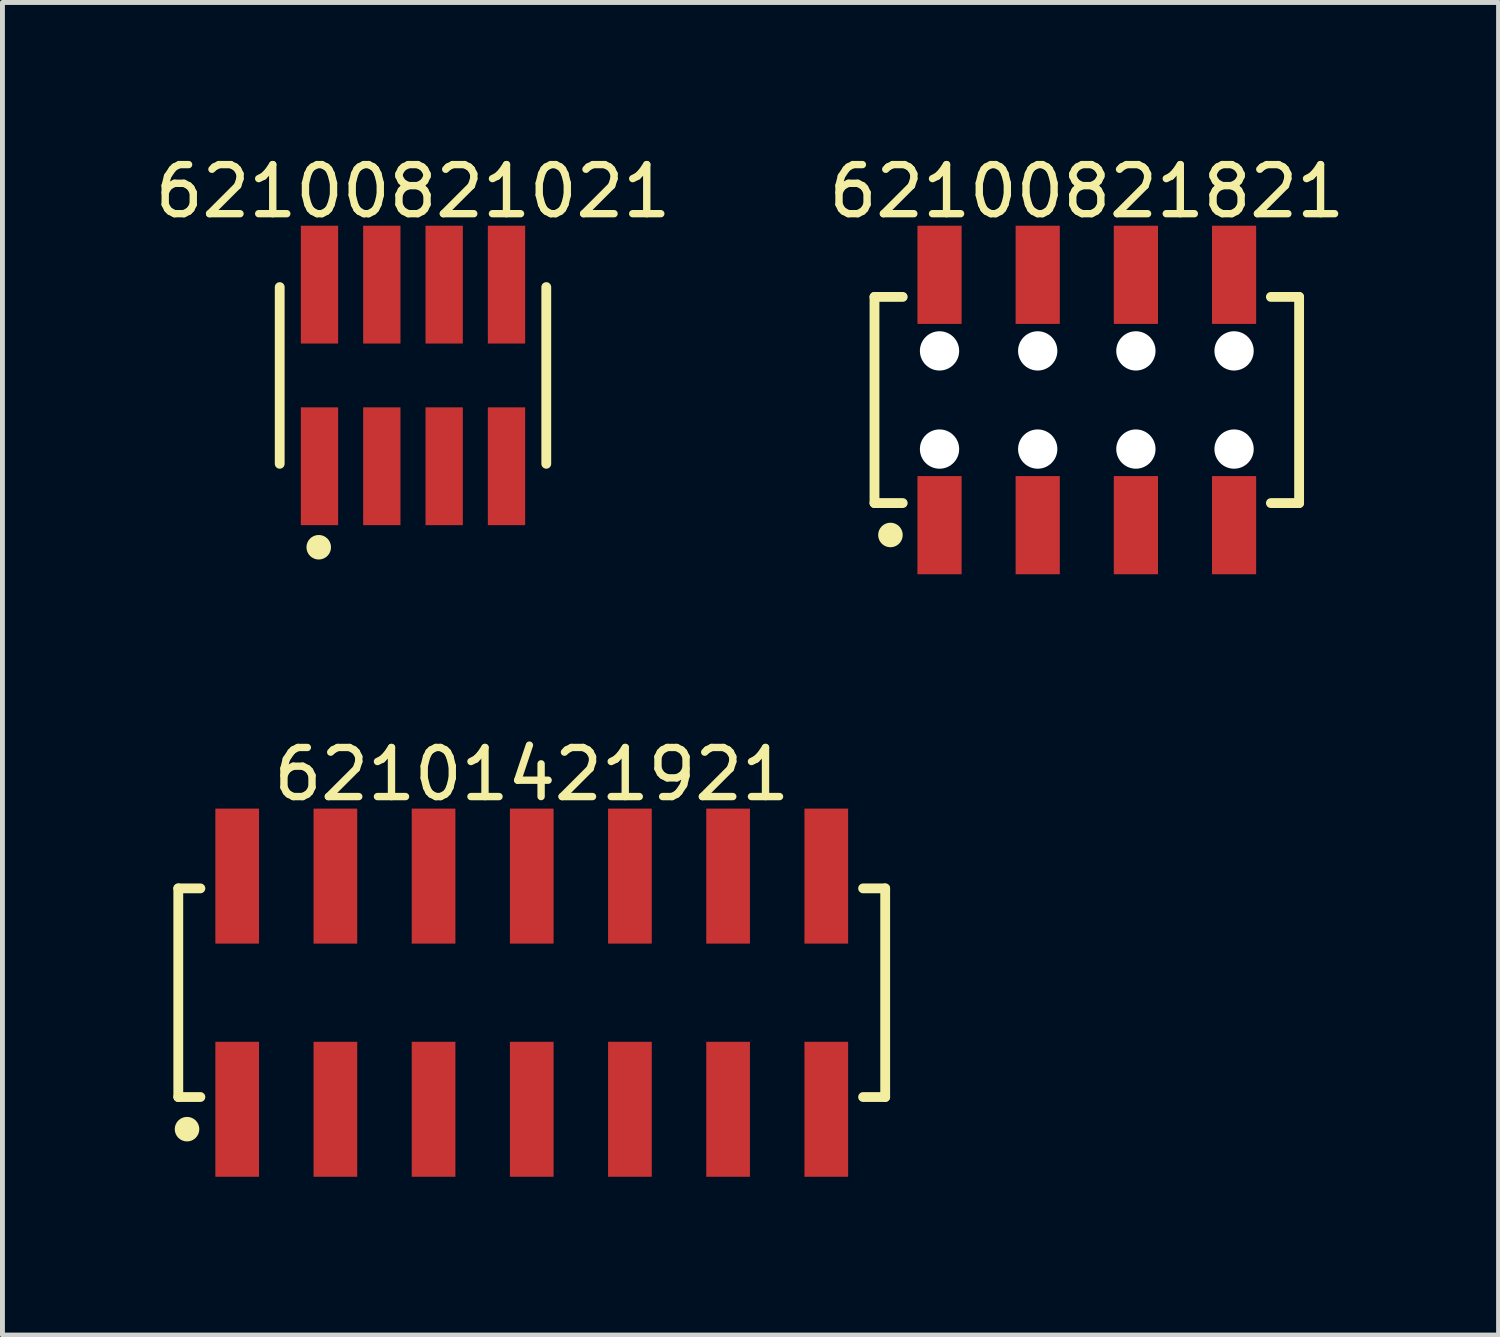
<source format=kicad_pcb>
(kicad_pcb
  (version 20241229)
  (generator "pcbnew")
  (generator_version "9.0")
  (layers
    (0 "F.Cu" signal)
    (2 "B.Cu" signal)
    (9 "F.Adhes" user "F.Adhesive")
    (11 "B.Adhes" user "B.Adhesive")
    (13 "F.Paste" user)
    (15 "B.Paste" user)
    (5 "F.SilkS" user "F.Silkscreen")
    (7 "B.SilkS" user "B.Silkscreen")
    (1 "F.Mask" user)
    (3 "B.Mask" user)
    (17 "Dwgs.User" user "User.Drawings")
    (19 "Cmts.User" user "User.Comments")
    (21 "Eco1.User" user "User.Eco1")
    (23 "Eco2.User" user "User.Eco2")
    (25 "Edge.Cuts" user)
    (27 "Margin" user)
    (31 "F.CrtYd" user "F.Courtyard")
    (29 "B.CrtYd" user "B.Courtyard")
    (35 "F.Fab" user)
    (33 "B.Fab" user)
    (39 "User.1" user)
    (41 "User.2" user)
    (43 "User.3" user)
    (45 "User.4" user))
  (footprint "62100821021"
    (layer "F.Cu")
    (at 5.363 4.598)
    (property "Reference" "62100821021" (at 0 -3.75 0) (layer "F.SilkS") (effects (font (size 1 1) (thickness 0.15))))
    (fp_line (start -2.715 1.8) (end -2.715 -1.8) (stroke (width 0.2) (type solid)) (layer "F.SilkS"))
    (fp_line (start 2.715 1.8) (end 2.715 -1.8) (stroke (width 0.2) (type solid)) (layer "F.SilkS"))
    (fp_circle (center -1.92 3.5) (end -1.92 3.375) (stroke (width 0.25) (type solid)) (fill no) (layer "F.SilkS"))
    (fp_line (start -2.915 -3.25) (end 2.915 -3.25) (stroke (width 0.05) (type solid)) (layer "Eco2.User"))
    (fp_line (start -2.915 3.25) (end -2.915 -3.25) (stroke (width 0.05) (type solid)) (layer "Eco2.User"))
    (fp_line (start -2.915 3.25) (end 2.915 3.25) (stroke (width 0.05) (type solid)) (layer "Eco2.User"))
    (fp_line (start -2.54 -1.7) (end 2.54 -1.7) (stroke (width 0.1) (type solid)) (layer "Eco2.User"))
    (fp_line (start -2.54 1.7) (end -2.54 -1.7) (stroke (width 0.1) (type solid)) (layer "Eco2.User"))
    (fp_line (start -2.54 1.7) (end 2.54 1.7) (stroke (width 0.1) (type solid)) (layer "Eco2.User"))
    (fp_line (start -2.105 -2.5) (end -1.705 -2.5) (stroke (width 0.1) (type solid)) (layer "Eco2.User"))
    (fp_line (start -2.105 -1.7) (end -2.105 -2.5) (stroke (width 0.1) (type solid)) (layer "Eco2.User"))
    (fp_line (start -2.105 2.5) (end -2.105 1.7) (stroke (width 0.1) (type solid)) (layer "Eco2.User"))
    (fp_line (start -2.105 2.5) (end -1.705 2.5) (stroke (width 0.1) (type solid)) (layer "Eco2.User"))
    (fp_line (start -1.705 -1.7) (end -1.705 -2.5) (stroke (width 0.1) (type solid)) (layer "Eco2.User"))
    (fp_line (start -1.705 2.5) (end -1.705 1.7) (stroke (width 0.1) (type solid)) (layer "Eco2.User"))
    (fp_line (start -0.835 -2.5) (end -0.435 -2.5) (stroke (width 0.1) (type solid)) (layer "Eco2.User"))
    (fp_line (start -0.835 -1.7) (end -0.835 -2.5) (stroke (width 0.1) (type solid)) (layer "Eco2.User"))
    (fp_line (start -0.835 2.5) (end -0.835 1.7) (stroke (width 0.1) (type solid)) (layer "Eco2.User"))
    (fp_line (start -0.835 2.5) (end -0.435 2.5) (stroke (width 0.1) (type solid)) (layer "Eco2.User"))
    (fp_line (start -0.5 0) (end 0.5 0) (stroke (width 0.05) (type solid)) (layer "Eco2.User"))
    (fp_line (start -0.435 -1.7) (end -0.435 -2.5) (stroke (width 0.1) (type solid)) (layer "Eco2.User"))
    (fp_line (start -0.435 2.5) (end -0.435 1.7) (stroke (width 0.1) (type solid)) (layer "Eco2.User"))
    (fp_line (start 0 0.5) (end 0 -0.5) (stroke (width 0.05) (type solid)) (layer "Eco2.User"))
    (fp_line (start 0.435 -2.5) (end 0.835 -2.5) (stroke (width 0.1) (type solid)) (layer "Eco2.User"))
    (fp_line (start 0.435 -1.7) (end 0.435 -2.5) (stroke (width 0.1) (type solid)) (layer "Eco2.User"))
    (fp_line (start 0.435 2.5) (end 0.435 1.7) (stroke (width 0.1) (type solid)) (layer "Eco2.User"))
    (fp_line (start 0.435 2.5) (end 0.835 2.5) (stroke (width 0.1) (type solid)) (layer "Eco2.User"))
    (fp_line (start 0.835 -1.7) (end 0.835 -2.5) (stroke (width 0.1) (type solid)) (layer "Eco2.User"))
    (fp_line (start 0.835 2.5) (end 0.835 1.7) (stroke (width 0.1) (type solid)) (layer "Eco2.User"))
    (fp_line (start 1.705 -2.5) (end 2.105 -2.5) (stroke (width 0.1) (type solid)) (layer "Eco2.User"))
    (fp_line (start 1.705 -1.7) (end 1.705 -2.5) (stroke (width 0.1) (type solid)) (layer "Eco2.User"))
    (fp_line (start 1.705 2.5) (end 1.705 1.7) (stroke (width 0.1) (type solid)) (layer "Eco2.User"))
    (fp_line (start 1.705 2.5) (end 2.105 2.5) (stroke (width 0.1) (type solid)) (layer "Eco2.User"))
    (fp_line (start 2.105 -1.7) (end 2.105 -2.5) (stroke (width 0.1) (type solid)) (layer "Eco2.User"))
    (fp_line (start 2.105 2.5) (end 2.105 1.7) (stroke (width 0.1) (type solid)) (layer "Eco2.User"))
    (fp_line (start 2.54 1.7) (end 2.54 -1.7) (stroke (width 0.1) (type solid)) (layer "Eco2.User"))
    (fp_line (start 2.915 3.25) (end 2.915 -3.25) (stroke (width 0.05) (type solid)) (layer "Eco2.User"))
    (fp_text user "${REFERENCE}" (at 0.07 -0.092 0) (unlocked yes) (layer "User.3") (effects (font (size 0.7 0.7) (thickness 0.07))))
    (pad "1" smd rect (at -1.905 1.85) (size 0.76 2.4) (layers "F.Cu" "F.Mask" "F.Paste"))
    (pad "2" smd rect (at -1.905 -1.85) (size 0.76 2.4) (layers "F.Cu" "F.Mask" "F.Paste"))
    (pad "3" smd rect (at -0.635 1.85) (size 0.76 2.4) (layers "F.Cu" "F.Mask" "F.Paste"))
    (pad "4" smd rect (at -0.635 -1.85) (size 0.76 2.4) (layers "F.Cu" "F.Mask" "F.Paste"))
    (pad "5" smd rect (at 0.635 1.85) (size 0.76 2.4) (layers "F.Cu" "F.Mask" "F.Paste"))
    (pad "6" smd rect (at 0.635 -1.85) (size 0.76 2.4) (layers "F.Cu" "F.Mask" "F.Paste"))
    (pad "7" smd rect (at 1.905 1.85) (size 0.76 2.4) (layers "F.Cu" "F.Mask" "F.Paste"))
    (pad "8" smd rect (at 1.905 -1.85) (size 0.76 2.4) (layers "F.Cu" "F.Mask" "F.Paste")))
  (footprint "62101421921"
    (layer "F.Cu")
    (at 7.782 17.172)
    (property "Reference" "62101421921" (at 0 -4.45 0) (layer "F.SilkS") (effects (font (size 1 1) (thickness 0.15))))
    (fp_line (start -7.2 -2.125) (end -6.75 -2.125) (stroke (width 0.2) (type solid)) (layer "F.SilkS"))
    (fp_line (start -7.2 2.125) (end -7.2 -2.125) (stroke (width 0.2) (type solid)) (layer "F.SilkS"))
    (fp_line (start -7.2 2.125) (end -6.75 2.125) (stroke (width 0.2) (type solid)) (layer "F.SilkS"))
    (fp_line (start 6.75 -2.125) (end 7.2 -2.125) (stroke (width 0.2) (type solid)) (layer "F.SilkS"))
    (fp_line (start 6.75 2.125) (end 7.2 2.125) (stroke (width 0.2) (type solid)) (layer "F.SilkS"))
    (fp_line (start 7.2 2.125) (end 7.2 -2.125) (stroke (width 0.2) (type solid)) (layer "F.SilkS"))
    (fp_circle (center -7.022 2.78) (end -7.022 2.655) (stroke (width 0.25) (type solid)) (fill no) (layer "F.SilkS"))
    (fp_line (start -7.4 -3.95) (end 7.4 -3.95) (stroke (width 0.05) (type solid)) (layer "Eco2.User"))
    (fp_line (start -7.4 3.95) (end -7.4 -3.95) (stroke (width 0.05) (type solid)) (layer "Eco2.User"))
    (fp_line (start -7.4 3.95) (end 7.4 3.95) (stroke (width 0.05) (type solid)) (layer "Eco2.User"))
    (fp_line (start -7 -2) (end 7 -2) (stroke (width 0.1) (type solid)) (layer "Eco2.User"))
    (fp_line (start -7 2) (end -7 -2) (stroke (width 0.1) (type solid)) (layer "Eco2.User"))
    (fp_line (start -7 2) (end 7 2) (stroke (width 0.1) (type solid)) (layer "Eco2.User"))
    (fp_line (start -6.25 -3.1) (end -5.75 -3.1) (stroke (width 0.1) (type solid)) (layer "Eco2.User"))
    (fp_line (start -6.25 -2) (end -6.25 -3.1) (stroke (width 0.1) (type solid)) (layer "Eco2.User"))
    (fp_line (start -6.25 3.1) (end -6.25 2) (stroke (width 0.1) (type solid)) (layer "Eco2.User"))
    (fp_line (start -6.25 3.1) (end -5.75 3.1) (stroke (width 0.1) (type solid)) (layer "Eco2.User"))
    (fp_line (start -5.75 -2) (end -5.75 -3.1) (stroke (width 0.1) (type solid)) (layer "Eco2.User"))
    (fp_line (start -5.75 3.1) (end -5.75 2) (stroke (width 0.1) (type solid)) (layer "Eco2.User"))
    (fp_line (start -4.25 -3.1) (end -3.75 -3.1) (stroke (width 0.1) (type solid)) (layer "Eco2.User"))
    (fp_line (start -4.25 -2) (end -4.25 -3.1) (stroke (width 0.1) (type solid)) (layer "Eco2.User"))
    (fp_line (start -4.25 3.1) (end -4.25 2) (stroke (width 0.1) (type solid)) (layer "Eco2.User"))
    (fp_line (start -4.25 3.1) (end -3.75 3.1) (stroke (width 0.1) (type solid)) (layer "Eco2.User"))
    (fp_line (start -3.75 -2) (end -3.75 -3.1) (stroke (width 0.1) (type solid)) (layer "Eco2.User"))
    (fp_line (start -3.75 3.1) (end -3.75 2) (stroke (width 0.1) (type solid)) (layer "Eco2.User"))
    (fp_line (start -2.25 -3.1) (end -1.75 -3.1) (stroke (width 0.1) (type solid)) (layer "Eco2.User"))
    (fp_line (start -2.25 -2) (end -2.25 -3.1) (stroke (width 0.1) (type solid)) (layer "Eco2.User"))
    (fp_line (start -2.25 3.1) (end -2.25 2) (stroke (width 0.1) (type solid)) (layer "Eco2.User"))
    (fp_line (start -2.25 3.1) (end -1.75 3.1) (stroke (width 0.1) (type solid)) (layer "Eco2.User"))
    (fp_line (start -1.75 -2) (end -1.75 -3.1) (stroke (width 0.1) (type solid)) (layer "Eco2.User"))
    (fp_line (start -1.75 3.1) (end -1.75 2) (stroke (width 0.1) (type solid)) (layer "Eco2.User"))
    (fp_line (start -0.5 0) (end 0.5 0) (stroke (width 0.05) (type solid)) (layer "Eco2.User"))
    (fp_line (start -0.25 -3.1) (end 0.25 -3.1) (stroke (width 0.1) (type solid)) (layer "Eco2.User"))
    (fp_line (start -0.25 -2) (end -0.25 -3.1) (stroke (width 0.1) (type solid)) (layer "Eco2.User"))
    (fp_line (start -0.25 3.1) (end -0.25 2) (stroke (width 0.1) (type solid)) (layer "Eco2.User"))
    (fp_line (start -0.25 3.1) (end 0.25 3.1) (stroke (width 0.1) (type solid)) (layer "Eco2.User"))
    (fp_line (start 0 0.5) (end 0 -0.5) (stroke (width 0.05) (type solid)) (layer "Eco2.User"))
    (fp_line (start 0.25 -2) (end 0.25 -3.1) (stroke (width 0.1) (type solid)) (layer "Eco2.User"))
    (fp_line (start 0.25 3.1) (end 0.25 2) (stroke (width 0.1) (type solid)) (layer "Eco2.User"))
    (fp_line (start 1.75 -3.1) (end 2.25 -3.1) (stroke (width 0.1) (type solid)) (layer "Eco2.User"))
    (fp_line (start 1.75 -2) (end 1.75 -3.1) (stroke (width 0.1) (type solid)) (layer "Eco2.User"))
    (fp_line (start 1.75 3.1) (end 1.75 2) (stroke (width 0.1) (type solid)) (layer "Eco2.User"))
    (fp_line (start 1.75 3.1) (end 2.25 3.1) (stroke (width 0.1) (type solid)) (layer "Eco2.User"))
    (fp_line (start 2.25 -2) (end 2.25 -3.1) (stroke (width 0.1) (type solid)) (layer "Eco2.User"))
    (fp_line (start 2.25 3.1) (end 2.25 2) (stroke (width 0.1) (type solid)) (layer "Eco2.User"))
    (fp_line (start 3.75 -3.1) (end 4.25 -3.1) (stroke (width 0.1) (type solid)) (layer "Eco2.User"))
    (fp_line (start 3.75 -2) (end 3.75 -3.1) (stroke (width 0.1) (type solid)) (layer "Eco2.User"))
    (fp_line (start 3.75 3.1) (end 3.75 2) (stroke (width 0.1) (type solid)) (layer "Eco2.User"))
    (fp_line (start 3.75 3.1) (end 4.25 3.1) (stroke (width 0.1) (type solid)) (layer "Eco2.User"))
    (fp_line (start 4.25 -2) (end 4.25 -3.1) (stroke (width 0.1) (type solid)) (layer "Eco2.User"))
    (fp_line (start 4.25 3.1) (end 4.25 2) (stroke (width 0.1) (type solid)) (layer "Eco2.User"))
    (fp_line (start 5.75 -3.1) (end 6.25 -3.1) (stroke (width 0.1) (type solid)) (layer "Eco2.User"))
    (fp_line (start 5.75 -2) (end 5.75 -3.1) (stroke (width 0.1) (type solid)) (layer "Eco2.User"))
    (fp_line (start 5.75 3.1) (end 5.75 2) (stroke (width 0.1) (type solid)) (layer "Eco2.User"))
    (fp_line (start 5.75 3.1) (end 6.25 3.1) (stroke (width 0.1) (type solid)) (layer "Eco2.User"))
    (fp_line (start 6.25 -2) (end 6.25 -3.1) (stroke (width 0.1) (type solid)) (layer "Eco2.User"))
    (fp_line (start 6.25 3.1) (end 6.25 2) (stroke (width 0.1) (type solid)) (layer "Eco2.User"))
    (fp_line (start 7 2) (end 7 -2) (stroke (width 0.1) (type solid)) (layer "Eco2.User"))
    (fp_line (start 7.4 3.95) (end 7.4 -3.95) (stroke (width 0.05) (type solid)) (layer "Eco2.User"))
    (fp_text user "${REFERENCE}" (at 0.15 -0.197 0) (unlocked yes) (layer "User.3") (effects (font (size 1.5 1.5) (thickness 0.15))))
    (pad "1" smd rect (at -6 2.375) (size 0.89 2.75) (layers "F.Cu" "F.Mask" "F.Paste"))
    (pad "2" smd rect (at -6 -2.375) (size 0.89 2.75) (layers "F.Cu" "F.Mask" "F.Paste"))
    (pad "3" smd rect (at -4 2.375) (size 0.89 2.75) (layers "F.Cu" "F.Mask" "F.Paste"))
    (pad "4" smd rect (at -4 -2.375) (size 0.89 2.75) (layers "F.Cu" "F.Mask" "F.Paste"))
    (pad "5" smd rect (at -2 2.375) (size 0.89 2.75) (layers "F.Cu" "F.Mask" "F.Paste"))
    (pad "6" smd rect (at -2 -2.375) (size 0.89 2.75) (layers "F.Cu" "F.Mask" "F.Paste"))
    (pad "7" smd rect (at 0 2.375) (size 0.89 2.75) (layers "F.Cu" "F.Mask" "F.Paste"))
    (pad "8" smd rect (at 0 -2.375) (size 0.89 2.75) (layers "F.Cu" "F.Mask" "F.Paste"))
    (pad "9" smd rect (at 2 2.375) (size 0.89 2.75) (layers "F.Cu" "F.Mask" "F.Paste"))
    (pad "10" smd rect (at 2 -2.375) (size 0.89 2.75) (layers "F.Cu" "F.Mask" "F.Paste"))
    (pad "11" smd rect (at 4 2.375) (size 0.89 2.75) (layers "F.Cu" "F.Mask" "F.Paste"))
    (pad "12" smd rect (at 4 -2.375) (size 0.89 2.75) (layers "F.Cu" "F.Mask" "F.Paste"))
    (pad "13" smd rect (at 6 2.375) (size 0.89 2.75) (layers "F.Cu" "F.Mask" "F.Paste"))
    (pad "14" smd rect (at 6 -2.375) (size 0.89 2.75) (layers "F.Cu" "F.Mask" "F.Paste")))
  (footprint "62100821821"
    (layer "F.Cu")
    (at 19.089 5.098)
    (property "Reference" "62100821821" (at 0 -4.25 0) (layer "F.SilkS") (effects (font (size 1 1) (thickness 0.15))))
    (fp_line (start -4.325 -2.1) (end -3.75 -2.1) (stroke (width 0.2) (type solid)) (layer "F.SilkS"))
    (fp_line (start -4.325 2.1) (end -4.325 -2.1) (stroke (width 0.2) (type solid)) (layer "F.SilkS"))
    (fp_line (start -4.325 2.1) (end -3.75 2.1) (stroke (width 0.2) (type solid)) (layer "F.SilkS"))
    (fp_line (start 3.75 -2.1) (end 4.325 -2.1) (stroke (width 0.2) (type solid)) (layer "F.SilkS"))
    (fp_line (start 3.75 2.1) (end 4.325 2.1) (stroke (width 0.2) (type solid)) (layer "F.SilkS"))
    (fp_line (start 4.325 2.1) (end 4.325 -2.1) (stroke (width 0.2) (type solid)) (layer "F.SilkS"))
    (fp_circle (center -4 2.75) (end -4 2.625) (stroke (width 0.25) (type solid)) (fill no) (layer "F.SilkS"))
    (fp_line (start -4.525 -3.75) (end 4.525 -3.75) (stroke (width 0.05) (type solid)) (layer "Eco2.User"))
    (fp_line (start -4.525 3.75) (end -4.525 -3.75) (stroke (width 0.05) (type solid)) (layer "Eco2.User"))
    (fp_line (start -4.525 3.75) (end 4.525 3.75) (stroke (width 0.05) (type solid)) (layer "Eco2.User"))
    (fp_line (start -4.15 -2) (end 4.15 -2) (stroke (width 0.1) (type solid)) (layer "Eco2.User"))
    (fp_line (start -4.15 2) (end -4.15 -2) (stroke (width 0.1) (type solid)) (layer "Eco2.User"))
    (fp_line (start -4.15 2) (end 4.15 2) (stroke (width 0.1) (type solid)) (layer "Eco2.User"))
    (fp_line (start -3.25 -3) (end -2.75 -3) (stroke (width 0.1) (type solid)) (layer "Eco2.User"))
    (fp_line (start -3.25 -2) (end -3.25 -3) (stroke (width 0.1) (type solid)) (layer "Eco2.User"))
    (fp_line (start -3.25 3) (end -3.25 2) (stroke (width 0.1) (type solid)) (layer "Eco2.User"))
    (fp_line (start -3.25 3) (end -2.75 3) (stroke (width 0.1) (type solid)) (layer "Eco2.User"))
    (fp_line (start -2.75 -2) (end -2.75 -3) (stroke (width 0.1) (type solid)) (layer "Eco2.User"))
    (fp_line (start -2.75 3) (end -2.75 2) (stroke (width 0.1) (type solid)) (layer "Eco2.User"))
    (fp_line (start -1.25 -3) (end -0.75 -3) (stroke (width 0.1) (type solid)) (layer "Eco2.User"))
    (fp_line (start -1.25 -2) (end -1.25 -3) (stroke (width 0.1) (type solid)) (layer "Eco2.User"))
    (fp_line (start -1.25 3) (end -1.25 2) (stroke (width 0.1) (type solid)) (layer "Eco2.User"))
    (fp_line (start -1.25 3) (end -0.75 3) (stroke (width 0.1) (type solid)) (layer "Eco2.User"))
    (fp_line (start -0.75 -2) (end -0.75 -3) (stroke (width 0.1) (type solid)) (layer "Eco2.User"))
    (fp_line (start -0.75 3) (end -0.75 2) (stroke (width 0.1) (type solid)) (layer "Eco2.User"))
    (fp_line (start -0.5 0) (end 0.5 0) (stroke (width 0.05) (type solid)) (layer "Eco2.User"))
    (fp_line (start 0 0.5) (end 0 -0.5) (stroke (width 0.05) (type solid)) (layer "Eco2.User"))
    (fp_line (start 0.75 -3) (end 1.25 -3) (stroke (width 0.1) (type solid)) (layer "Eco2.User"))
    (fp_line (start 0.75 -2) (end 0.75 -3) (stroke (width 0.1) (type solid)) (layer "Eco2.User"))
    (fp_line (start 0.75 3) (end 0.75 2) (stroke (width 0.1) (type solid)) (layer "Eco2.User"))
    (fp_line (start 0.75 3) (end 1.25 3) (stroke (width 0.1) (type solid)) (layer "Eco2.User"))
    (fp_line (start 1.25 -2) (end 1.25 -3) (stroke (width 0.1) (type solid)) (layer "Eco2.User"))
    (fp_line (start 1.25 3) (end 1.25 2) (stroke (width 0.1) (type solid)) (layer "Eco2.User"))
    (fp_line (start 2.75 -3) (end 3.25 -3) (stroke (width 0.1) (type solid)) (layer "Eco2.User"))
    (fp_line (start 2.75 -2) (end 2.75 -3) (stroke (width 0.1) (type solid)) (layer "Eco2.User"))
    (fp_line (start 2.75 3) (end 2.75 2) (stroke (width 0.1) (type solid)) (layer "Eco2.User"))
    (fp_line (start 2.75 3) (end 3.25 3) (stroke (width 0.1) (type solid)) (layer "Eco2.User"))
    (fp_line (start 3.25 -2) (end 3.25 -3) (stroke (width 0.1) (type solid)) (layer "Eco2.User"))
    (fp_line (start 3.25 3) (end 3.25 2) (stroke (width 0.1) (type solid)) (layer "Eco2.User"))
    (fp_line (start 4.15 2) (end 4.15 -2) (stroke (width 0.1) (type solid)) (layer "Eco2.User"))
    (fp_line (start 4.525 3.75) (end 4.525 -3.75) (stroke (width 0.05) (type solid)) (layer "Eco2.User"))
    (fp_text user "${REFERENCE}" (at 0.1 -0.131 0) (unlocked yes) (layer "User.3") (effects (font (size 1 1) (thickness 0.1))))
    (pad "" np_thru_hole circle (at -3 -1) (size 0.8 0.8) (drill 0.8) (layers "*.Cu" "*.Mask"))
    (pad "" np_thru_hole circle (at -3 1) (size 0.8 0.8) (drill 0.8) (layers "*.Cu" "*.Mask"))
    (pad "" np_thru_hole circle (at -1 -1) (size 0.8 0.8) (drill 0.8) (layers "*.Cu" "*.Mask"))
    (pad "" np_thru_hole circle (at -1 1) (size 0.8 0.8) (drill 0.8) (layers "*.Cu" "*.Mask"))
    (pad "" np_thru_hole circle (at 1 -1) (size 0.8 0.8) (drill 0.8) (layers "*.Cu" "*.Mask"))
    (pad "" np_thru_hole circle (at 1 1) (size 0.8 0.8) (drill 0.8) (layers "*.Cu" "*.Mask"))
    (pad "" np_thru_hole circle (at 3 -1) (size 0.8 0.8) (drill 0.8) (layers "*.Cu" "*.Mask"))
    (pad "" np_thru_hole circle (at 3 1) (size 0.8 0.8) (drill 0.8) (layers "*.Cu" "*.Mask"))
    (pad "1" smd rect (at -3 2.55) (size 0.9 2) (layers "F.Cu" "F.Mask" "F.Paste"))
    (pad "2" smd rect (at -3 -2.55) (size 0.9 2) (layers "F.Cu" "F.Mask" "F.Paste"))
    (pad "3" smd rect (at -1 2.55) (size 0.9 2) (layers "F.Cu" "F.Mask" "F.Paste"))
    (pad "4" smd rect (at -1 -2.55) (size 0.9 2) (layers "F.Cu" "F.Mask" "F.Paste"))
    (pad "5" smd rect (at 1 2.55) (size 0.9 2) (layers "F.Cu" "F.Mask" "F.Paste"))
    (pad "6" smd rect (at 1 -2.55) (size 0.9 2) (layers "F.Cu" "F.Mask" "F.Paste"))
    (pad "7" smd rect (at 3 2.55) (size 0.9 2) (layers "F.Cu" "F.Mask" "F.Paste"))
    (pad "8" smd rect (at 3 -2.55) (size 0.9 2) (layers "F.Cu" "F.Mask" "F.Paste")))
  (gr_rect
    (start -3 -3)
    (end 27.477 24.146)
    (stroke (width 0.1) (type default))
    (fill no)
    (layer "Edge.Cuts")))
</source>
